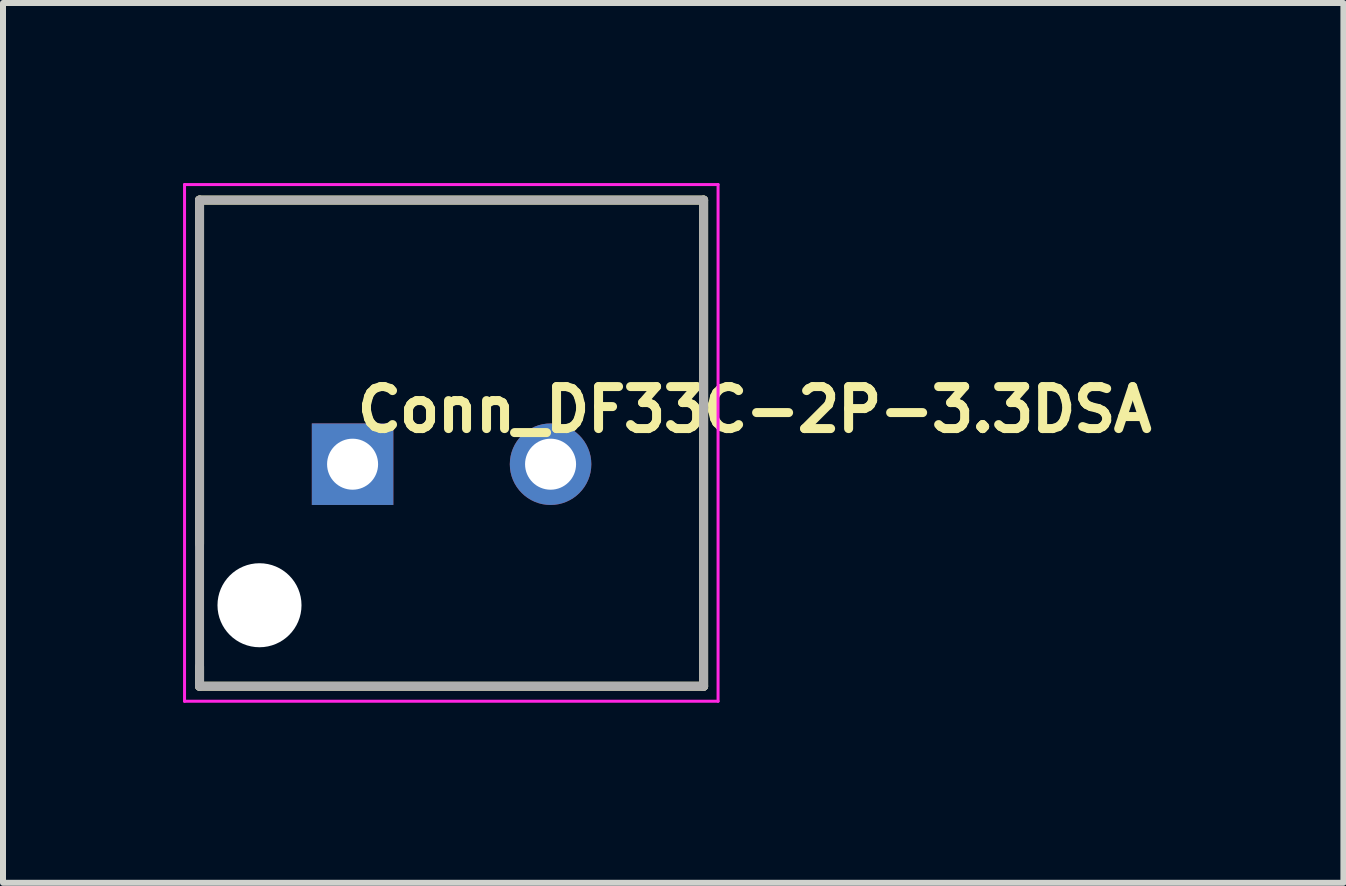
<source format=kicad_pcb>
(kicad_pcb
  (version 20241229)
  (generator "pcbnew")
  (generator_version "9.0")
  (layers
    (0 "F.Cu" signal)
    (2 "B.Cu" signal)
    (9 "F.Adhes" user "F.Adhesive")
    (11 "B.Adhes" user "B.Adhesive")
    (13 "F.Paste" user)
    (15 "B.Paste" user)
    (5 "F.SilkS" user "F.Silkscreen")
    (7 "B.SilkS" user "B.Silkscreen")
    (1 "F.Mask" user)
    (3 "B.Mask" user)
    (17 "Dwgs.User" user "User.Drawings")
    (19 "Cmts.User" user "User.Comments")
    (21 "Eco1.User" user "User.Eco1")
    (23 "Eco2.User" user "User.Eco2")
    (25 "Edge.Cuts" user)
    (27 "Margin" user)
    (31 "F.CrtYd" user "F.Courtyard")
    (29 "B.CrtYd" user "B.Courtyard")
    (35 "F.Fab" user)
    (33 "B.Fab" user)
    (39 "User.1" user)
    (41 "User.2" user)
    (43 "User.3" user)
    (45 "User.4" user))
  (footprint "Conn_DF33C-2P-3.3DSA"
    (layer "F.Cu")
    (at 2.825 4.685)
    (property "Reference" "Conn_DF33C-2P-3.3DSA" (at 0 -0.5 0) (unlocked yes) (layer "F.SilkS") (effects (font (size 0.7 0.7) (thickness 0.15)) (justify left bottom)))
    (attr through_hole)
    (fp_line (start -2.55 -4.401) (end -2.55 1.33) (stroke (width 0.15) (type solid)) (layer "F.SilkS"))
    (fp_line (start -2.55 -4.401) (end 5.849 -4.401) (stroke (width 0.15) (type solid)) (layer "F.SilkS"))
    (fp_line (start -2.55 3.7) (end -2.55 3.37) (stroke (width 0.15) (type solid)) (layer "F.SilkS"))
    (fp_line (start 5.849 -4.401) (end 5.849 3.7) (stroke (width 0.15) (type solid)) (layer "F.SilkS"))
    (fp_line (start 5.849 3.7) (end -2.55 3.7) (stroke (width 0.15) (type solid)) (layer "F.SilkS"))
    (fp_line (start -2.8 -4.66) (end -2.8 3.95) (stroke (width 0.05) (type solid)) (layer "F.CrtYd"))
    (fp_line (start -2.8 3.95) (end 6.09 3.95) (stroke (width 0.05) (type solid)) (layer "F.CrtYd"))
    (fp_line (start 6.09 -4.66) (end -2.8 -4.66) (stroke (width 0.05) (type solid)) (layer "F.CrtYd"))
    (fp_line (start 6.09 3.95) (end 6.09 -4.66) (stroke (width 0.05) (type solid)) (layer "F.CrtYd"))
    (fp_line (start -2.55 -4.401) (end 5.849 -4.401) (stroke (width 0.15) (type solid)) (layer "F.Fab"))
    (fp_line (start -2.55 3.7) (end -2.55 -4.401) (stroke (width 0.15) (type solid)) (layer "F.Fab"))
    (fp_line (start 5.849 -4.401) (end 5.849 3.7) (stroke (width 0.15) (type solid)) (layer "F.Fab"))
    (fp_line (start 5.849 3.7) (end -2.55 3.7) (stroke (width 0.15) (type solid)) (layer "F.Fab"))
    (pad "" np_thru_hole circle (at -1.551 2.35 180) (size 1.4 1.4) (drill 1.4) (layers "*.Cu" "*.Mask"))
    (pad "1" thru_hole rect (at 0 0 180) (size 1.358 1.358) (drill 0.85) (layers "*.Cu" "*.Mask"))
    (pad "2" thru_hole circle (at 3.299 0 180) (size 1.358 1.358) (drill 0.85) (layers "*.Cu" "*.Mask")))
  (gr_rect
    (start -3 -3)
    (end 19.335 11.66)
    (stroke (width 0.1) (type default))
    (fill no)
    (layer "Edge.Cuts")))
</source>
